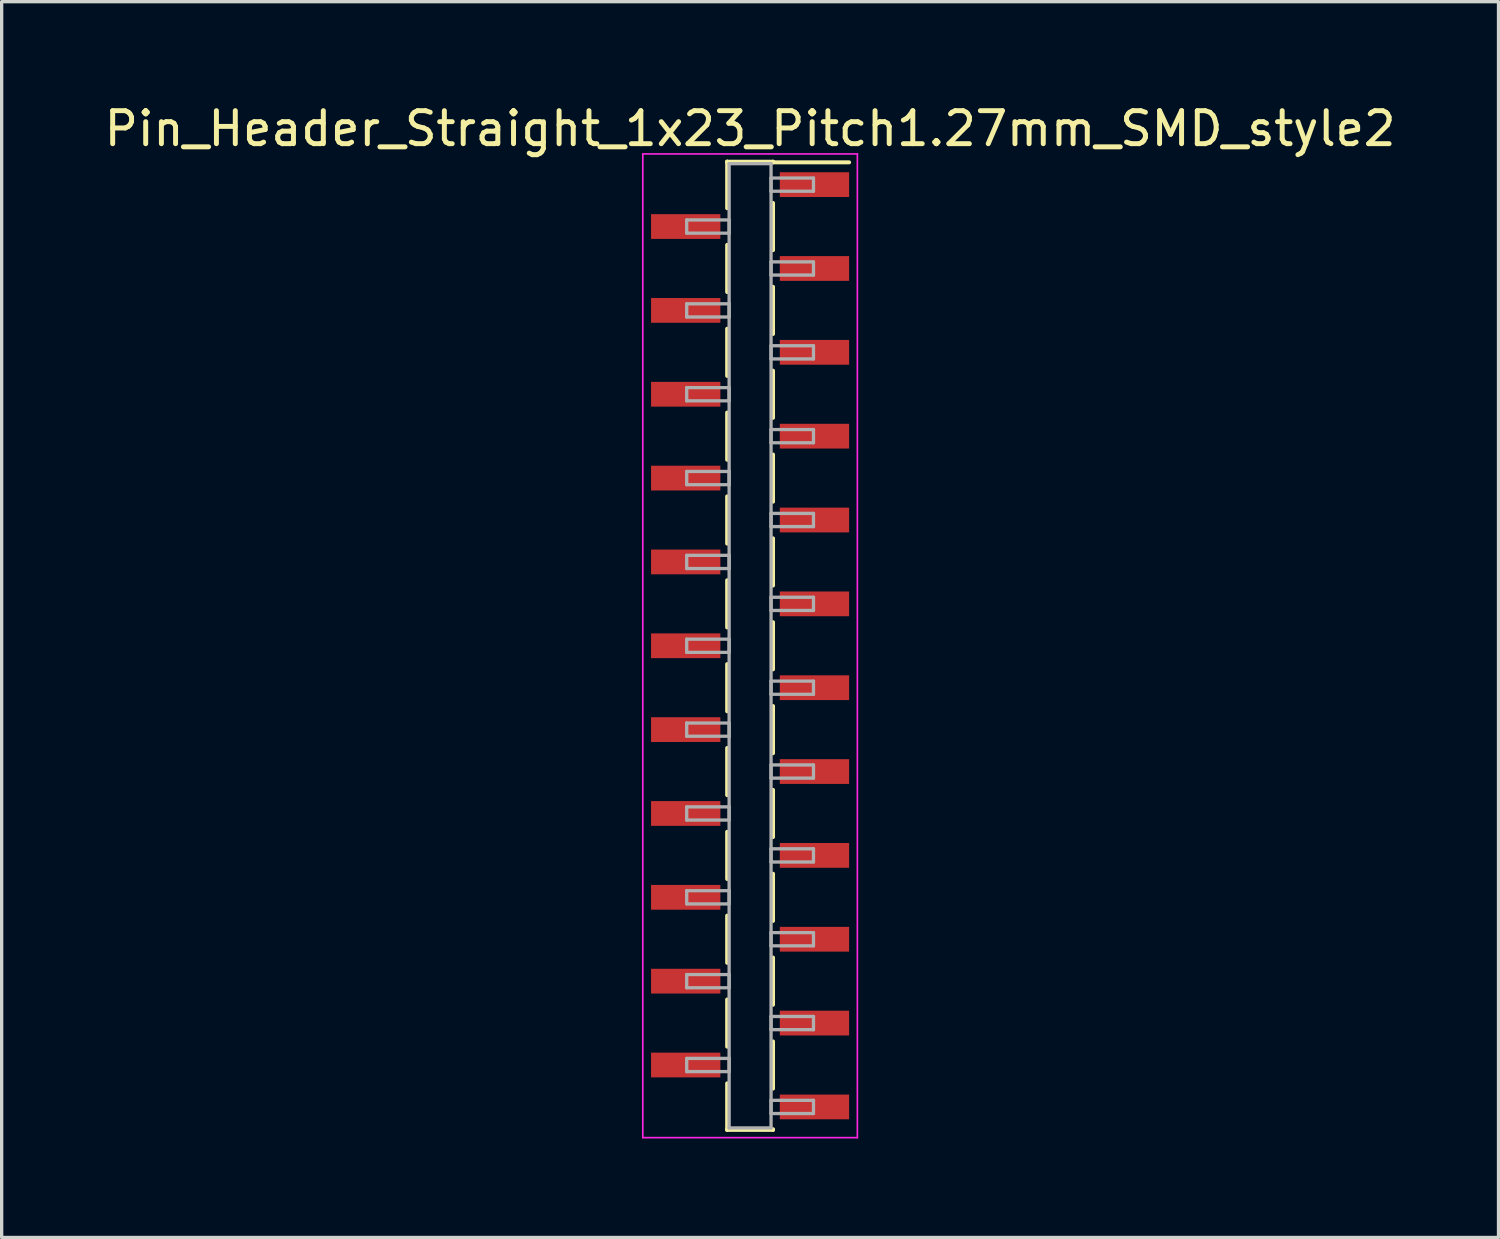
<source format=kicad_pcb>
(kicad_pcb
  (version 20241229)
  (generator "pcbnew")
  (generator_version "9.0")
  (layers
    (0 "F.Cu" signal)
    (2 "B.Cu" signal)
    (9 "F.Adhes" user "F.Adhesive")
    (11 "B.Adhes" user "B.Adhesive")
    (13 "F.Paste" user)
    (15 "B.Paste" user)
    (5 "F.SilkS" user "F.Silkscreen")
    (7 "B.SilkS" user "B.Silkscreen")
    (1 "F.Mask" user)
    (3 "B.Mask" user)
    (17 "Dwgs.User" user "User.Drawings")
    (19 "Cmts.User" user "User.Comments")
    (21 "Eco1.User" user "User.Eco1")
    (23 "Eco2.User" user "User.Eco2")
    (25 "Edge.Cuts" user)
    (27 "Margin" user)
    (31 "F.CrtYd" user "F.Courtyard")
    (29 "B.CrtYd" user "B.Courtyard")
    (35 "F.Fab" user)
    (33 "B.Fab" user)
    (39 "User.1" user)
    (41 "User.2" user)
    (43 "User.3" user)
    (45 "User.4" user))
  (footprint "Pin_Header_Straight_1x23_Pitch1.27mm_SMD_style2"
    (layer "F.Cu")
    (at 19.673 16.513)
    (property "Reference" "Pin_Header_Straight_1x23_Pitch1.27mm_SMD_style2" (at 0 -15.665 0) (layer "F.SilkS") (effects (font (size 1 1) (thickness 0.15))))
    (attr smd)
    (fp_line (start -0.695 -14.665) (end -0.695 -13.255) (stroke (width 0.12) (type solid)) (layer "F.SilkS"))
    (fp_line (start -0.695 -14.665) (end 0.695 -14.665) (stroke (width 0.12) (type solid)) (layer "F.SilkS"))
    (fp_line (start -0.695 -14.645) (end -0.695 -14.665) (stroke (width 0.12) (type solid)) (layer "F.SilkS"))
    (fp_line (start -0.695 -12.145) (end -0.695 -10.715) (stroke (width 0.12) (type solid)) (layer "F.SilkS"))
    (fp_line (start -0.695 -9.605) (end -0.695 -8.175) (stroke (width 0.12) (type solid)) (layer "F.SilkS"))
    (fp_line (start -0.695 -7.065) (end -0.695 -5.635) (stroke (width 0.12) (type solid)) (layer "F.SilkS"))
    (fp_line (start -0.695 -4.525) (end -0.695 -3.095) (stroke (width 0.12) (type solid)) (layer "F.SilkS"))
    (fp_line (start -0.695 -1.985) (end -0.695 -0.555) (stroke (width 0.12) (type solid)) (layer "F.SilkS"))
    (fp_line (start -0.695 0.555) (end -0.695 1.985) (stroke (width 0.12) (type solid)) (layer "F.SilkS"))
    (fp_line (start -0.695 3.095) (end -0.695 4.525) (stroke (width 0.12) (type solid)) (layer "F.SilkS"))
    (fp_line (start -0.695 5.635) (end -0.695 7.065) (stroke (width 0.12) (type solid)) (layer "F.SilkS"))
    (fp_line (start -0.695 8.175) (end -0.695 9.605) (stroke (width 0.12) (type solid)) (layer "F.SilkS"))
    (fp_line (start -0.695 10.715) (end -0.695 12.145) (stroke (width 0.12) (type solid)) (layer "F.SilkS"))
    (fp_line (start -0.695 13.255) (end -0.695 14.665) (stroke (width 0.12) (type solid)) (layer "F.SilkS"))
    (fp_line (start -0.695 14.645) (end -0.695 14.665) (stroke (width 0.12) (type solid)) (layer "F.SilkS"))
    (fp_line (start -0.695 14.665) (end 0.695 14.665) (stroke (width 0.12) (type solid)) (layer "F.SilkS"))
    (fp_line (start 0.695 -14.665) (end 0.695 -14.645) (stroke (width 0.12) (type solid)) (layer "F.SilkS"))
    (fp_line (start 0.695 -14.645) (end 3 -14.645) (stroke (width 0.12) (type solid)) (layer "F.SilkS"))
    (fp_line (start 0.695 -13.415) (end 0.695 -11.985) (stroke (width 0.12) (type solid)) (layer "F.SilkS"))
    (fp_line (start 0.695 -10.875) (end 0.695 -9.445) (stroke (width 0.12) (type solid)) (layer "F.SilkS"))
    (fp_line (start 0.695 -8.335) (end 0.695 -6.905) (stroke (width 0.12) (type solid)) (layer "F.SilkS"))
    (fp_line (start 0.695 -5.795) (end 0.695 -4.365) (stroke (width 0.12) (type solid)) (layer "F.SilkS"))
    (fp_line (start 0.695 -3.255) (end 0.695 -1.825) (stroke (width 0.12) (type solid)) (layer "F.SilkS"))
    (fp_line (start 0.695 -0.715) (end 0.695 0.715) (stroke (width 0.12) (type solid)) (layer "F.SilkS"))
    (fp_line (start 0.695 1.825) (end 0.695 3.255) (stroke (width 0.12) (type solid)) (layer "F.SilkS"))
    (fp_line (start 0.695 4.365) (end 0.695 5.795) (stroke (width 0.12) (type solid)) (layer "F.SilkS"))
    (fp_line (start 0.695 6.905) (end 0.695 8.335) (stroke (width 0.12) (type solid)) (layer "F.SilkS"))
    (fp_line (start 0.695 9.445) (end 0.695 10.875) (stroke (width 0.12) (type solid)) (layer "F.SilkS"))
    (fp_line (start 0.695 11.985) (end 0.695 13.415) (stroke (width 0.12) (type solid)) (layer "F.SilkS"))
    (fp_line (start 0.695 14.665) (end 0.695 14.645) (stroke (width 0.12) (type solid)) (layer "F.SilkS"))
    (fp_line (start -3.25 -14.9) (end -3.25 14.9) (stroke (width 0.05) (type solid)) (layer "F.CrtYd"))
    (fp_line (start -3.25 14.9) (end 3.25 14.9) (stroke (width 0.05) (type solid)) (layer "F.CrtYd"))
    (fp_line (start 3.25 -14.9) (end -3.25 -14.9) (stroke (width 0.05) (type solid)) (layer "F.CrtYd"))
    (fp_line (start 3.25 14.9) (end 3.25 -14.9) (stroke (width 0.05) (type solid)) (layer "F.CrtYd"))
    (fp_line (start -1.92 -12.9) (end -0.635 -12.9) (stroke (width 0.1) (type solid)) (layer "F.Fab"))
    (fp_line (start -1.92 -12.5) (end -1.92 -12.9) (stroke (width 0.1) (type solid)) (layer "F.Fab"))
    (fp_line (start -1.92 -10.36) (end -0.635 -10.36) (stroke (width 0.1) (type solid)) (layer "F.Fab"))
    (fp_line (start -1.92 -9.96) (end -1.92 -10.36) (stroke (width 0.1) (type solid)) (layer "F.Fab"))
    (fp_line (start -1.92 -7.82) (end -0.635 -7.82) (stroke (width 0.1) (type solid)) (layer "F.Fab"))
    (fp_line (start -1.92 -7.42) (end -1.92 -7.82) (stroke (width 0.1) (type solid)) (layer "F.Fab"))
    (fp_line (start -1.92 -5.28) (end -0.635 -5.28) (stroke (width 0.1) (type solid)) (layer "F.Fab"))
    (fp_line (start -1.92 -4.88) (end -1.92 -5.28) (stroke (width 0.1) (type solid)) (layer "F.Fab"))
    (fp_line (start -1.92 -2.74) (end -0.635 -2.74) (stroke (width 0.1) (type solid)) (layer "F.Fab"))
    (fp_line (start -1.92 -2.34) (end -1.92 -2.74) (stroke (width 0.1) (type solid)) (layer "F.Fab"))
    (fp_line (start -1.92 -0.2) (end -0.635 -0.2) (stroke (width 0.1) (type solid)) (layer "F.Fab"))
    (fp_line (start -1.92 0.2) (end -1.92 -0.2) (stroke (width 0.1) (type solid)) (layer "F.Fab"))
    (fp_line (start -1.92 2.34) (end -0.635 2.34) (stroke (width 0.1) (type solid)) (layer "F.Fab"))
    (fp_line (start -1.92 2.74) (end -1.92 2.34) (stroke (width 0.1) (type solid)) (layer "F.Fab"))
    (fp_line (start -1.92 4.88) (end -0.635 4.88) (stroke (width 0.1) (type solid)) (layer "F.Fab"))
    (fp_line (start -1.92 5.28) (end -1.92 4.88) (stroke (width 0.1) (type solid)) (layer "F.Fab"))
    (fp_line (start -1.92 7.42) (end -0.635 7.42) (stroke (width 0.1) (type solid)) (layer "F.Fab"))
    (fp_line (start -1.92 7.82) (end -1.92 7.42) (stroke (width 0.1) (type solid)) (layer "F.Fab"))
    (fp_line (start -1.92 9.96) (end -0.635 9.96) (stroke (width 0.1) (type solid)) (layer "F.Fab"))
    (fp_line (start -1.92 10.36) (end -1.92 9.96) (stroke (width 0.1) (type solid)) (layer "F.Fab"))
    (fp_line (start -1.92 12.5) (end -0.635 12.5) (stroke (width 0.1) (type solid)) (layer "F.Fab"))
    (fp_line (start -1.92 12.9) (end -1.92 12.5) (stroke (width 0.1) (type solid)) (layer "F.Fab"))
    (fp_line (start -0.635 -14.605) (end -0.635 14.605) (stroke (width 0.1) (type solid)) (layer "F.Fab"))
    (fp_line (start -0.635 -12.9) (end -0.635 -12.5) (stroke (width 0.1) (type solid)) (layer "F.Fab"))
    (fp_line (start -0.635 -12.5) (end -1.92 -12.5) (stroke (width 0.1) (type solid)) (layer "F.Fab"))
    (fp_line (start -0.635 -10.36) (end -0.635 -9.96) (stroke (width 0.1) (type solid)) (layer "F.Fab"))
    (fp_line (start -0.635 -9.96) (end -1.92 -9.96) (stroke (width 0.1) (type solid)) (layer "F.Fab"))
    (fp_line (start -0.635 -7.82) (end -0.635 -7.42) (stroke (width 0.1) (type solid)) (layer "F.Fab"))
    (fp_line (start -0.635 -7.42) (end -1.92 -7.42) (stroke (width 0.1) (type solid)) (layer "F.Fab"))
    (fp_line (start -0.635 -5.28) (end -0.635 -4.88) (stroke (width 0.1) (type solid)) (layer "F.Fab"))
    (fp_line (start -0.635 -4.88) (end -1.92 -4.88) (stroke (width 0.1) (type solid)) (layer "F.Fab"))
    (fp_line (start -0.635 -2.74) (end -0.635 -2.34) (stroke (width 0.1) (type solid)) (layer "F.Fab"))
    (fp_line (start -0.635 -2.34) (end -1.92 -2.34) (stroke (width 0.1) (type solid)) (layer "F.Fab"))
    (fp_line (start -0.635 -0.2) (end -0.635 0.2) (stroke (width 0.1) (type solid)) (layer "F.Fab"))
    (fp_line (start -0.635 0.2) (end -1.92 0.2) (stroke (width 0.1) (type solid)) (layer "F.Fab"))
    (fp_line (start -0.635 2.34) (end -0.635 2.74) (stroke (width 0.1) (type solid)) (layer "F.Fab"))
    (fp_line (start -0.635 2.74) (end -1.92 2.74) (stroke (width 0.1) (type solid)) (layer "F.Fab"))
    (fp_line (start -0.635 4.88) (end -0.635 5.28) (stroke (width 0.1) (type solid)) (layer "F.Fab"))
    (fp_line (start -0.635 5.28) (end -1.92 5.28) (stroke (width 0.1) (type solid)) (layer "F.Fab"))
    (fp_line (start -0.635 7.42) (end -0.635 7.82) (stroke (width 0.1) (type solid)) (layer "F.Fab"))
    (fp_line (start -0.635 7.82) (end -1.92 7.82) (stroke (width 0.1) (type solid)) (layer "F.Fab"))
    (fp_line (start -0.635 9.96) (end -0.635 10.36) (stroke (width 0.1) (type solid)) (layer "F.Fab"))
    (fp_line (start -0.635 10.36) (end -1.92 10.36) (stroke (width 0.1) (type solid)) (layer "F.Fab"))
    (fp_line (start -0.635 12.5) (end -0.635 12.9) (stroke (width 0.1) (type solid)) (layer "F.Fab"))
    (fp_line (start -0.635 12.9) (end -1.92 12.9) (stroke (width 0.1) (type solid)) (layer "F.Fab"))
    (fp_line (start -0.635 14.605) (end 0.635 14.605) (stroke (width 0.1) (type solid)) (layer "F.Fab"))
    (fp_line (start 0.635 -14.605) (end -0.635 -14.605) (stroke (width 0.1) (type solid)) (layer "F.Fab"))
    (fp_line (start 0.635 -14.17) (end 0.635 -13.77) (stroke (width 0.1) (type solid)) (layer "F.Fab"))
    (fp_line (start 0.635 -13.77) (end 1.92 -13.77) (stroke (width 0.1) (type solid)) (layer "F.Fab"))
    (fp_line (start 0.635 -11.63) (end 0.635 -11.23) (stroke (width 0.1) (type solid)) (layer "F.Fab"))
    (fp_line (start 0.635 -11.23) (end 1.92 -11.23) (stroke (width 0.1) (type solid)) (layer "F.Fab"))
    (fp_line (start 0.635 -9.09) (end 0.635 -8.69) (stroke (width 0.1) (type solid)) (layer "F.Fab"))
    (fp_line (start 0.635 -8.69) (end 1.92 -8.69) (stroke (width 0.1) (type solid)) (layer "F.Fab"))
    (fp_line (start 0.635 -6.55) (end 0.635 -6.15) (stroke (width 0.1) (type solid)) (layer "F.Fab"))
    (fp_line (start 0.635 -6.15) (end 1.92 -6.15) (stroke (width 0.1) (type solid)) (layer "F.Fab"))
    (fp_line (start 0.635 -4.01) (end 0.635 -3.61) (stroke (width 0.1) (type solid)) (layer "F.Fab"))
    (fp_line (start 0.635 -3.61) (end 1.92 -3.61) (stroke (width 0.1) (type solid)) (layer "F.Fab"))
    (fp_line (start 0.635 -1.47) (end 0.635 -1.07) (stroke (width 0.1) (type solid)) (layer "F.Fab"))
    (fp_line (start 0.635 -1.07) (end 1.92 -1.07) (stroke (width 0.1) (type solid)) (layer "F.Fab"))
    (fp_line (start 0.635 1.07) (end 0.635 1.47) (stroke (width 0.1) (type solid)) (layer "F.Fab"))
    (fp_line (start 0.635 1.47) (end 1.92 1.47) (stroke (width 0.1) (type solid)) (layer "F.Fab"))
    (fp_line (start 0.635 3.61) (end 0.635 4.01) (stroke (width 0.1) (type solid)) (layer "F.Fab"))
    (fp_line (start 0.635 4.01) (end 1.92 4.01) (stroke (width 0.1) (type solid)) (layer "F.Fab"))
    (fp_line (start 0.635 6.15) (end 0.635 6.55) (stroke (width 0.1) (type solid)) (layer "F.Fab"))
    (fp_line (start 0.635 6.55) (end 1.92 6.55) (stroke (width 0.1) (type solid)) (layer "F.Fab"))
    (fp_line (start 0.635 8.69) (end 0.635 9.09) (stroke (width 0.1) (type solid)) (layer "F.Fab"))
    (fp_line (start 0.635 9.09) (end 1.92 9.09) (stroke (width 0.1) (type solid)) (layer "F.Fab"))
    (fp_line (start 0.635 11.23) (end 0.635 11.63) (stroke (width 0.1) (type solid)) (layer "F.Fab"))
    (fp_line (start 0.635 11.63) (end 1.92 11.63) (stroke (width 0.1) (type solid)) (layer "F.Fab"))
    (fp_line (start 0.635 13.77) (end 0.635 14.17) (stroke (width 0.1) (type solid)) (layer "F.Fab"))
    (fp_line (start 0.635 14.17) (end 1.92 14.17) (stroke (width 0.1) (type solid)) (layer "F.Fab"))
    (fp_line (start 0.635 14.605) (end 0.635 -14.605) (stroke (width 0.1) (type solid)) (layer "F.Fab"))
    (fp_line (start 1.92 -14.17) (end 0.635 -14.17) (stroke (width 0.1) (type solid)) (layer "F.Fab"))
    (fp_line (start 1.92 -13.77) (end 1.92 -14.17) (stroke (width 0.1) (type solid)) (layer "F.Fab"))
    (fp_line (start 1.92 -11.63) (end 0.635 -11.63) (stroke (width 0.1) (type solid)) (layer "F.Fab"))
    (fp_line (start 1.92 -11.23) (end 1.92 -11.63) (stroke (width 0.1) (type solid)) (layer "F.Fab"))
    (fp_line (start 1.92 -9.09) (end 0.635 -9.09) (stroke (width 0.1) (type solid)) (layer "F.Fab"))
    (fp_line (start 1.92 -8.69) (end 1.92 -9.09) (stroke (width 0.1) (type solid)) (layer "F.Fab"))
    (fp_line (start 1.92 -6.55) (end 0.635 -6.55) (stroke (width 0.1) (type solid)) (layer "F.Fab"))
    (fp_line (start 1.92 -6.15) (end 1.92 -6.55) (stroke (width 0.1) (type solid)) (layer "F.Fab"))
    (fp_line (start 1.92 -4.01) (end 0.635 -4.01) (stroke (width 0.1) (type solid)) (layer "F.Fab"))
    (fp_line (start 1.92 -3.61) (end 1.92 -4.01) (stroke (width 0.1) (type solid)) (layer "F.Fab"))
    (fp_line (start 1.92 -1.47) (end 0.635 -1.47) (stroke (width 0.1) (type solid)) (layer "F.Fab"))
    (fp_line (start 1.92 -1.07) (end 1.92 -1.47) (stroke (width 0.1) (type solid)) (layer "F.Fab"))
    (fp_line (start 1.92 1.07) (end 0.635 1.07) (stroke (width 0.1) (type solid)) (layer "F.Fab"))
    (fp_line (start 1.92 1.47) (end 1.92 1.07) (stroke (width 0.1) (type solid)) (layer "F.Fab"))
    (fp_line (start 1.92 3.61) (end 0.635 3.61) (stroke (width 0.1) (type solid)) (layer "F.Fab"))
    (fp_line (start 1.92 4.01) (end 1.92 3.61) (stroke (width 0.1) (type solid)) (layer "F.Fab"))
    (fp_line (start 1.92 6.15) (end 0.635 6.15) (stroke (width 0.1) (type solid)) (layer "F.Fab"))
    (fp_line (start 1.92 6.55) (end 1.92 6.15) (stroke (width 0.1) (type solid)) (layer "F.Fab"))
    (fp_line (start 1.92 8.69) (end 0.635 8.69) (stroke (width 0.1) (type solid)) (layer "F.Fab"))
    (fp_line (start 1.92 9.09) (end 1.92 8.69) (stroke (width 0.1) (type solid)) (layer "F.Fab"))
    (fp_line (start 1.92 11.23) (end 0.635 11.23) (stroke (width 0.1) (type solid)) (layer "F.Fab"))
    (fp_line (start 1.92 11.63) (end 1.92 11.23) (stroke (width 0.1) (type solid)) (layer "F.Fab"))
    (fp_line (start 1.92 13.77) (end 0.635 13.77) (stroke (width 0.1) (type solid)) (layer "F.Fab"))
    (fp_line (start 1.92 14.17) (end 1.92 13.77) (stroke (width 0.1) (type solid)) (layer "F.Fab"))
    (pad "1" smd rect (at 1.95 -13.97) (size 2.1 0.75) (layers "F.Cu" "F.Mask"))
    (pad "2" smd rect (at -1.95 -12.7) (size 2.1 0.75) (layers "F.Cu" "F.Mask"))
    (pad "3" smd rect (at 1.95 -11.43) (size 2.1 0.75) (layers "F.Cu" "F.Mask"))
    (pad "4" smd rect (at -1.95 -10.16) (size 2.1 0.75) (layers "F.Cu" "F.Mask"))
    (pad "5" smd rect (at 1.95 -8.89) (size 2.1 0.75) (layers "F.Cu" "F.Mask"))
    (pad "6" smd rect (at -1.95 -7.62) (size 2.1 0.75) (layers "F.Cu" "F.Mask"))
    (pad "7" smd rect (at 1.95 -6.35) (size 2.1 0.75) (layers "F.Cu" "F.Mask"))
    (pad "8" smd rect (at -1.95 -5.08) (size 2.1 0.75) (layers "F.Cu" "F.Mask"))
    (pad "9" smd rect (at 1.95 -3.81) (size 2.1 0.75) (layers "F.Cu" "F.Mask"))
    (pad "10" smd rect (at -1.95 -2.54) (size 2.1 0.75) (layers "F.Cu" "F.Mask"))
    (pad "11" smd rect (at 1.95 -1.27) (size 2.1 0.75) (layers "F.Cu" "F.Mask"))
    (pad "12" smd rect (at -1.95 0) (size 2.1 0.75) (layers "F.Cu" "F.Mask"))
    (pad "13" smd rect (at 1.95 1.27) (size 2.1 0.75) (layers "F.Cu" "F.Mask"))
    (pad "14" smd rect (at -1.95 2.54) (size 2.1 0.75) (layers "F.Cu" "F.Mask"))
    (pad "15" smd rect (at 1.95 3.81) (size 2.1 0.75) (layers "F.Cu" "F.Mask"))
    (pad "16" smd rect (at -1.95 5.08) (size 2.1 0.75) (layers "F.Cu" "F.Mask"))
    (pad "17" smd rect (at 1.95 6.35) (size 2.1 0.75) (layers "F.Cu" "F.Mask"))
    (pad "18" smd rect (at -1.95 7.62) (size 2.1 0.75) (layers "F.Cu" "F.Mask"))
    (pad "19" smd rect (at 1.95 8.89) (size 2.1 0.75) (layers "F.Cu" "F.Mask"))
    (pad "20" smd rect (at -1.95 10.16) (size 2.1 0.75) (layers "F.Cu" "F.Mask"))
    (pad "21" smd rect (at 1.95 11.43) (size 2.1 0.75) (layers "F.Cu" "F.Mask"))
    (pad "22" smd rect (at -1.95 12.7) (size 2.1 0.75) (layers "F.Cu" "F.Mask"))
    (pad "23" smd rect (at 1.95 13.97) (size 2.1 0.75) (layers "F.Cu" "F.Mask")))
  (gr_rect
    (start -3 -3)
    (end 42.345 34.438)
    (stroke (width 0.1) (type default))
    (fill no)
    (layer "Edge.Cuts")))
</source>
